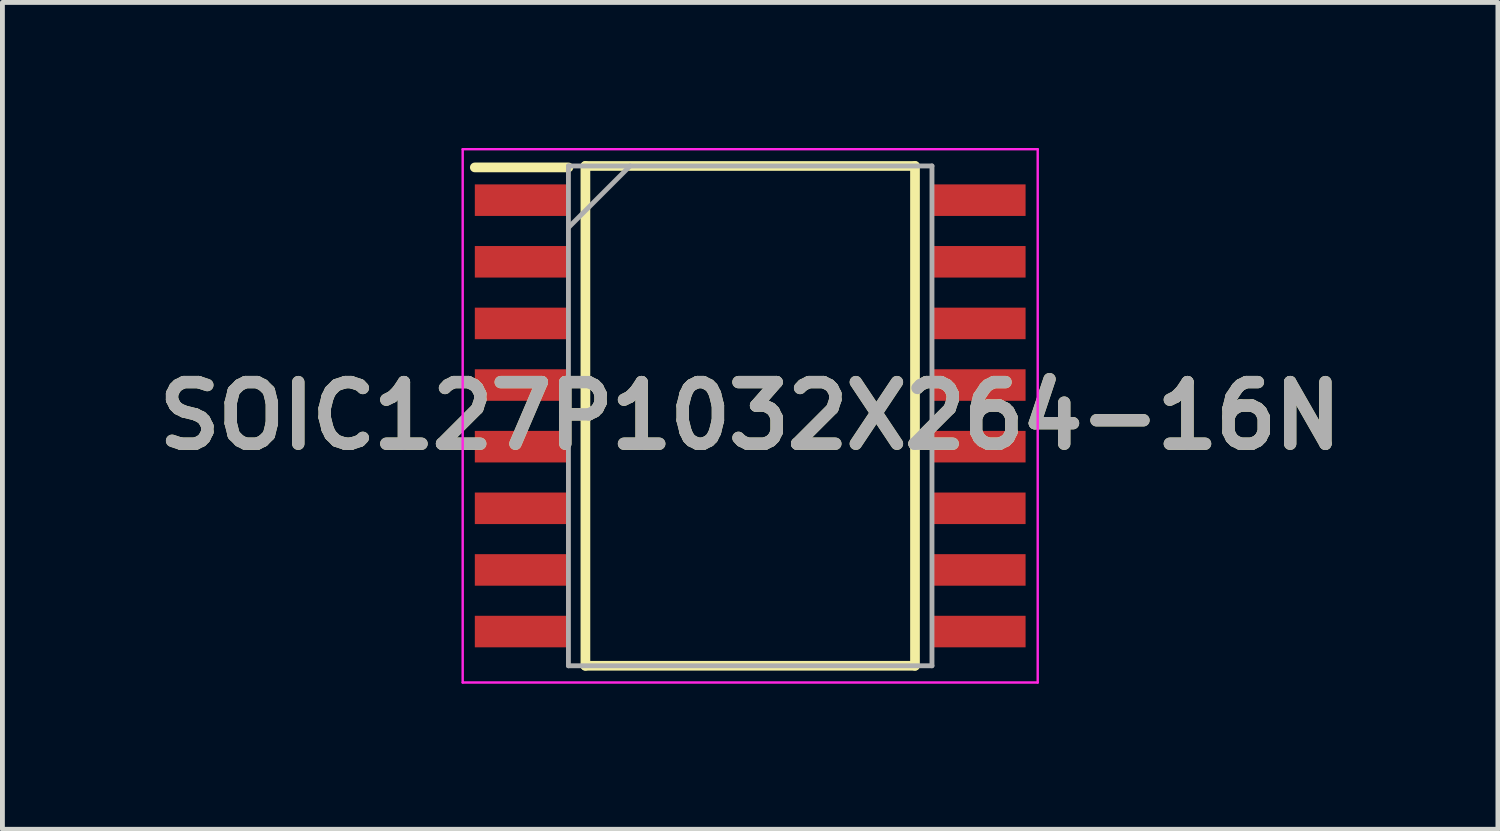
<source format=kicad_pcb>
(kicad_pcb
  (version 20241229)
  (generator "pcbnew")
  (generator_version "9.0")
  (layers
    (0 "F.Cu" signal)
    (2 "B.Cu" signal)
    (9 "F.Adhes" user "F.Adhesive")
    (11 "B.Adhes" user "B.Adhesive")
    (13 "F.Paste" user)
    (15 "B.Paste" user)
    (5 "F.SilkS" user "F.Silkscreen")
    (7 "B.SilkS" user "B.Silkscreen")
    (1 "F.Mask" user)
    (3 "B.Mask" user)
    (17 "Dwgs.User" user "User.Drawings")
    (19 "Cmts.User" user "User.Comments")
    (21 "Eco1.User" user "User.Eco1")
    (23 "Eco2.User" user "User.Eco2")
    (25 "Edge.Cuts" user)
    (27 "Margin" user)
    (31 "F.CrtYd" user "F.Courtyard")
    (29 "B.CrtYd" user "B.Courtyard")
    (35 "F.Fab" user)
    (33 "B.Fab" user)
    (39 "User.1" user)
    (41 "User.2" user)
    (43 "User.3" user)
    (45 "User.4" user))
  (footprint "SOIC127P1032X264-16N"
    (layer "F.Cu")
    (at 12.41 5.52)
    (property "Reference" "SOIC127P1032X264-16N" (at 0 0 0) (layer "F.SilkS") (effects (font (size 1.27 1.27) (thickness 0.254))))
    (attr smd)
    (fp_line (start -5.675 -5.12) (end -3.746 -5.12) (stroke (width 0.2) (type solid)) (layer "F.SilkS"))
    (fp_line (start -3.396 -5.15) (end 3.396 -5.15) (stroke (width 0.2) (type solid)) (layer "F.SilkS"))
    (fp_line (start -3.396 5.15) (end -3.396 -5.15) (stroke (width 0.2) (type solid)) (layer "F.SilkS"))
    (fp_line (start 3.396 -5.15) (end 3.396 5.15) (stroke (width 0.2) (type solid)) (layer "F.SilkS"))
    (fp_line (start 3.396 5.15) (end -3.396 5.15) (stroke (width 0.2) (type solid)) (layer "F.SilkS"))
    (fp_line (start -5.925 -5.495) (end 5.925 -5.495) (stroke (width 0.05) (type solid)) (layer "F.CrtYd"))
    (fp_line (start -5.925 5.495) (end -5.925 -5.495) (stroke (width 0.05) (type solid)) (layer "F.CrtYd"))
    (fp_line (start 5.925 -5.495) (end 5.925 5.495) (stroke (width 0.05) (type solid)) (layer "F.CrtYd"))
    (fp_line (start 5.925 5.495) (end -5.925 5.495) (stroke (width 0.05) (type solid)) (layer "F.CrtYd"))
    (fp_line (start -3.746 -5.15) (end 3.746 -5.15) (stroke (width 0.1) (type solid)) (layer "F.Fab"))
    (fp_line (start -3.746 -3.88) (end -2.476 -5.15) (stroke (width 0.1) (type solid)) (layer "F.Fab"))
    (fp_line (start -3.746 5.15) (end -3.746 -5.15) (stroke (width 0.1) (type solid)) (layer "F.Fab"))
    (fp_line (start 3.746 -5.15) (end 3.746 5.15) (stroke (width 0.1) (type solid)) (layer "F.Fab"))
    (fp_line (start 3.746 5.15) (end -3.746 5.15) (stroke (width 0.1) (type solid)) (layer "F.Fab"))
    (fp_text user "${REFERENCE}" (at 0 0 0) (layer "F.Fab") (effects (font (size 1.27 1.27) (thickness 0.254))))
    (pad "1" smd rect (at -4.711 -4.445 90) (size 0.65 1.928) (layers "F.Cu" "F.Mask" "F.Paste"))
    (pad "2" smd rect (at -4.711 -3.175 90) (size 0.65 1.928) (layers "F.Cu" "F.Mask" "F.Paste"))
    (pad "3" smd rect (at -4.711 -1.905 90) (size 0.65 1.928) (layers "F.Cu" "F.Mask" "F.Paste"))
    (pad "4" smd rect (at -4.711 -0.635 90) (size 0.65 1.928) (layers "F.Cu" "F.Mask" "F.Paste"))
    (pad "5" smd rect (at -4.711 0.635 90) (size 0.65 1.928) (layers "F.Cu" "F.Mask" "F.Paste"))
    (pad "6" smd rect (at -4.711 1.905 90) (size 0.65 1.928) (layers "F.Cu" "F.Mask" "F.Paste"))
    (pad "7" smd rect (at -4.711 3.175 90) (size 0.65 1.928) (layers "F.Cu" "F.Mask" "F.Paste"))
    (pad "8" smd rect (at -4.711 4.445 90) (size 0.65 1.928) (layers "F.Cu" "F.Mask" "F.Paste"))
    (pad "9" smd rect (at 4.711 4.445 90) (size 0.65 1.928) (layers "F.Cu" "F.Mask" "F.Paste"))
    (pad "10" smd rect (at 4.711 3.175 90) (size 0.65 1.928) (layers "F.Cu" "F.Mask" "F.Paste"))
    (pad "11" smd rect (at 4.711 1.905 90) (size 0.65 1.928) (layers "F.Cu" "F.Mask" "F.Paste"))
    (pad "12" smd rect (at 4.711 0.635 90) (size 0.65 1.928) (layers "F.Cu" "F.Mask" "F.Paste"))
    (pad "13" smd rect (at 4.711 -0.635 90) (size 0.65 1.928) (layers "F.Cu" "F.Mask" "F.Paste"))
    (pad "14" smd rect (at 4.711 -1.905 90) (size 0.65 1.928) (layers "F.Cu" "F.Mask" "F.Paste"))
    (pad "15" smd rect (at 4.711 -3.175 90) (size 0.65 1.928) (layers "F.Cu" "F.Mask" "F.Paste"))
    (pad "16" smd rect (at 4.711 -4.445 90) (size 0.65 1.928) (layers "F.Cu" "F.Mask" "F.Paste")))
  (gr_rect
    (start -3 -3)
    (end 27.819 14.04)
    (stroke (width 0.1) (type default))
    (fill no)
    (layer "Edge.Cuts")))
</source>
